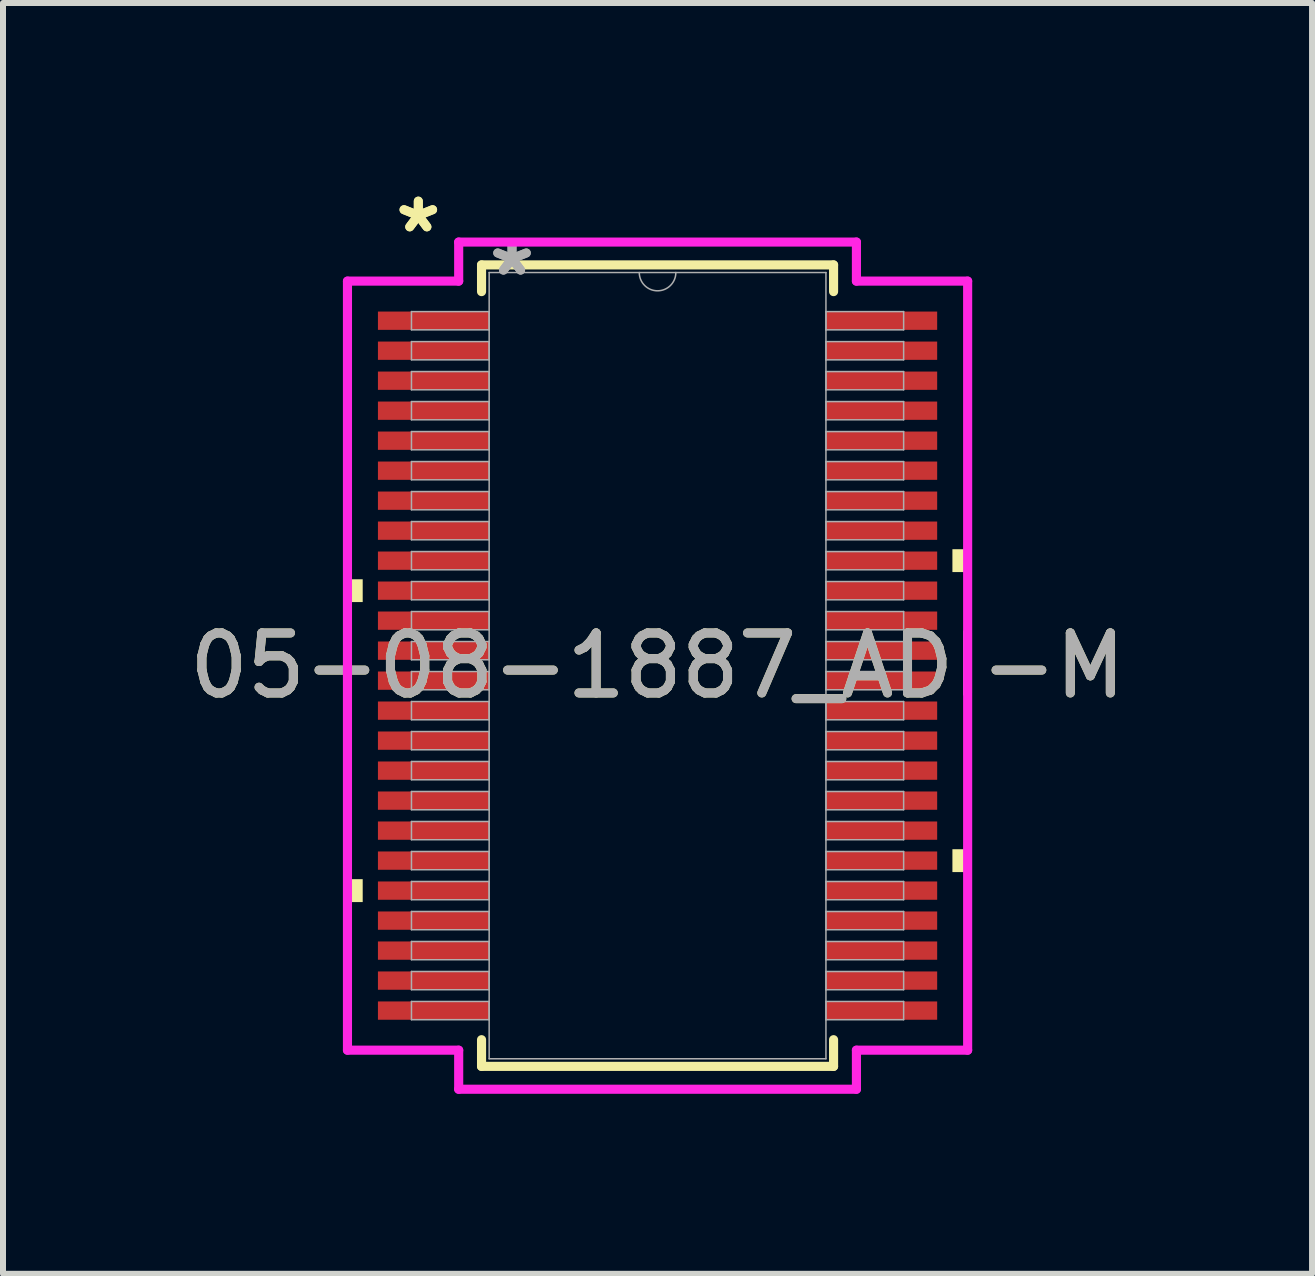
<source format=kicad_pcb>
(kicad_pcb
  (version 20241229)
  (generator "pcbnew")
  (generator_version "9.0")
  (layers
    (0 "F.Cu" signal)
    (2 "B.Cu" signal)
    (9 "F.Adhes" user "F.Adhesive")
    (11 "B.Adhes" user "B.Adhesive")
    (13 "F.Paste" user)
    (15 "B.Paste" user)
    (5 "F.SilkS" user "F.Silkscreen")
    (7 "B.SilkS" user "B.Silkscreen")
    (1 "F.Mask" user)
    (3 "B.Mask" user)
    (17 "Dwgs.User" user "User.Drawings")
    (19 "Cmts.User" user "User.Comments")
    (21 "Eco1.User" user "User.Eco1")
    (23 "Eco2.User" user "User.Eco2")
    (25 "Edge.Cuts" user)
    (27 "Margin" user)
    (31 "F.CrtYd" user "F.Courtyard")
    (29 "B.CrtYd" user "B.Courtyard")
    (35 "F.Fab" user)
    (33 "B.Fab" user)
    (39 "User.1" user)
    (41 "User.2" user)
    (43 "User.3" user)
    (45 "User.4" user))
  (footprint "05-08-1887_ADI-M"
    (layer "F.Cu")
    (at 7.911 8.046)
    (property "Reference" "05-08-1887_ADI-M" (at 0 0 0) (unlocked yes) (layer "F.SilkS") (effects (font (size 1 1) (thickness 0.15))))
    (attr smd)
    (fp_line (start -2.934 -6.68) (end -2.934 -6.235) (stroke (width 0.152) (type solid)) (layer "F.SilkS"))
    (fp_line (start -2.934 6.235) (end -2.934 6.68) (stroke (width 0.152) (type solid)) (layer "F.SilkS"))
    (fp_line (start -2.934 6.68) (end 2.934 6.68) (stroke (width 0.152) (type solid)) (layer "F.SilkS"))
    (fp_line (start 2.934 -6.68) (end -2.934 -6.68) (stroke (width 0.152) (type solid)) (layer "F.SilkS"))
    (fp_line (start 2.934 -6.235) (end 2.934 -6.68) (stroke (width 0.152) (type solid)) (layer "F.SilkS"))
    (fp_line (start 2.934 6.68) (end 2.934 6.235) (stroke (width 0.152) (type solid)) (layer "F.SilkS"))
    (fp_poly (pts (xy -5.169 -1.44) (xy -5.169 -1.06) (xy -4.915 -1.06) (xy -4.915 -1.44)) (stroke (width 0) (type solid)) (fill yes) (layer "F.SilkS"))
    (fp_poly (pts (xy -5.169 3.559) (xy -5.169 3.941) (xy -4.915 3.941) (xy -4.915 3.559)) (stroke (width 0) (type solid)) (fill yes) (layer "F.SilkS"))
    (fp_poly (pts (xy 5.169 -1.941) (xy 5.169 -1.56) (xy 4.915 -1.56) (xy 4.915 -1.941)) (stroke (width 0) (type solid)) (fill yes) (layer "F.SilkS"))
    (fp_poly (pts (xy 5.169 3.06) (xy 5.169 3.441) (xy 4.915 3.441) (xy 4.915 3.06)) (stroke (width 0) (type solid)) (fill yes) (layer "F.SilkS"))
    (fp_line (start -5.169 -6.41) (end -3.315 -6.41) (stroke (width 0.152) (type solid)) (layer "F.CrtYd"))
    (fp_line (start -5.169 6.41) (end -5.169 -6.41) (stroke (width 0.152) (type solid)) (layer "F.CrtYd"))
    (fp_line (start -5.169 6.41) (end -3.315 6.41) (stroke (width 0.152) (type solid)) (layer "F.CrtYd"))
    (fp_line (start -3.315 -7.061) (end 3.315 -7.061) (stroke (width 0.152) (type solid)) (layer "F.CrtYd"))
    (fp_line (start -3.315 -6.41) (end -3.315 -7.061) (stroke (width 0.152) (type solid)) (layer "F.CrtYd"))
    (fp_line (start -3.315 7.061) (end -3.315 6.41) (stroke (width 0.152) (type solid)) (layer "F.CrtYd"))
    (fp_line (start 3.315 -7.061) (end 3.315 -6.41) (stroke (width 0.152) (type solid)) (layer "F.CrtYd"))
    (fp_line (start 3.315 6.41) (end 3.315 7.061) (stroke (width 0.152) (type solid)) (layer "F.CrtYd"))
    (fp_line (start 3.315 7.061) (end -3.315 7.061) (stroke (width 0.152) (type solid)) (layer "F.CrtYd"))
    (fp_line (start 5.169 -6.41) (end 3.315 -6.41) (stroke (width 0.152) (type solid)) (layer "F.CrtYd"))
    (fp_line (start 5.169 -6.41) (end 5.169 6.41) (stroke (width 0.152) (type solid)) (layer "F.CrtYd"))
    (fp_line (start 5.169 6.41) (end 3.315 6.41) (stroke (width 0.152) (type solid)) (layer "F.CrtYd"))
    (fp_line (start -4.102 -5.902) (end -4.102 -5.598) (stroke (width 0.025) (type solid)) (layer "F.Fab"))
    (fp_line (start -4.102 -5.598) (end -2.807 -5.598) (stroke (width 0.025) (type solid)) (layer "F.Fab"))
    (fp_line (start -4.102 -5.402) (end -4.102 -5.098) (stroke (width 0.025) (type solid)) (layer "F.Fab"))
    (fp_line (start -4.102 -5.098) (end -2.807 -5.098) (stroke (width 0.025) (type solid)) (layer "F.Fab"))
    (fp_line (start -4.102 -4.902) (end -4.102 -4.598) (stroke (width 0.025) (type solid)) (layer "F.Fab"))
    (fp_line (start -4.102 -4.598) (end -2.807 -4.598) (stroke (width 0.025) (type solid)) (layer "F.Fab"))
    (fp_line (start -4.102 -4.402) (end -4.102 -4.098) (stroke (width 0.025) (type solid)) (layer "F.Fab"))
    (fp_line (start -4.102 -4.098) (end -2.807 -4.098) (stroke (width 0.025) (type solid)) (layer "F.Fab"))
    (fp_line (start -4.102 -3.902) (end -4.102 -3.598) (stroke (width 0.025) (type solid)) (layer "F.Fab"))
    (fp_line (start -4.102 -3.598) (end -2.807 -3.598) (stroke (width 0.025) (type solid)) (layer "F.Fab"))
    (fp_line (start -4.102 -3.402) (end -4.102 -3.098) (stroke (width 0.025) (type solid)) (layer "F.Fab"))
    (fp_line (start -4.102 -3.098) (end -2.807 -3.098) (stroke (width 0.025) (type solid)) (layer "F.Fab"))
    (fp_line (start -4.102 -2.902) (end -4.102 -2.598) (stroke (width 0.025) (type solid)) (layer "F.Fab"))
    (fp_line (start -4.102 -2.598) (end -2.807 -2.598) (stroke (width 0.025) (type solid)) (layer "F.Fab"))
    (fp_line (start -4.102 -2.402) (end -4.102 -2.098) (stroke (width 0.025) (type solid)) (layer "F.Fab"))
    (fp_line (start -4.102 -2.098) (end -2.807 -2.098) (stroke (width 0.025) (type solid)) (layer "F.Fab"))
    (fp_line (start -4.102 -1.902) (end -4.102 -1.598) (stroke (width 0.025) (type solid)) (layer "F.Fab"))
    (fp_line (start -4.102 -1.598) (end -2.807 -1.598) (stroke (width 0.025) (type solid)) (layer "F.Fab"))
    (fp_line (start -4.102 -1.402) (end -4.102 -1.098) (stroke (width 0.025) (type solid)) (layer "F.Fab"))
    (fp_line (start -4.102 -1.098) (end -2.807 -1.098) (stroke (width 0.025) (type solid)) (layer "F.Fab"))
    (fp_line (start -4.102 -0.902) (end -4.102 -0.598) (stroke (width 0.025) (type solid)) (layer "F.Fab"))
    (fp_line (start -4.102 -0.598) (end -2.807 -0.598) (stroke (width 0.025) (type solid)) (layer "F.Fab"))
    (fp_line (start -4.102 -0.402) (end -4.102 -0.098) (stroke (width 0.025) (type solid)) (layer "F.Fab"))
    (fp_line (start -4.102 -0.098) (end -2.807 -0.098) (stroke (width 0.025) (type solid)) (layer "F.Fab"))
    (fp_line (start -4.102 0.098) (end -4.102 0.402) (stroke (width 0.025) (type solid)) (layer "F.Fab"))
    (fp_line (start -4.102 0.402) (end -2.807 0.402) (stroke (width 0.025) (type solid)) (layer "F.Fab"))
    (fp_line (start -4.102 0.598) (end -4.102 0.902) (stroke (width 0.025) (type solid)) (layer "F.Fab"))
    (fp_line (start -4.102 0.902) (end -2.807 0.902) (stroke (width 0.025) (type solid)) (layer "F.Fab"))
    (fp_line (start -4.102 1.098) (end -4.102 1.402) (stroke (width 0.025) (type solid)) (layer "F.Fab"))
    (fp_line (start -4.102 1.402) (end -2.807 1.402) (stroke (width 0.025) (type solid)) (layer "F.Fab"))
    (fp_line (start -4.102 1.598) (end -4.102 1.902) (stroke (width 0.025) (type solid)) (layer "F.Fab"))
    (fp_line (start -4.102 1.902) (end -2.807 1.902) (stroke (width 0.025) (type solid)) (layer "F.Fab"))
    (fp_line (start -4.102 2.098) (end -4.102 2.402) (stroke (width 0.025) (type solid)) (layer "F.Fab"))
    (fp_line (start -4.102 2.402) (end -2.807 2.402) (stroke (width 0.025) (type solid)) (layer "F.Fab"))
    (fp_line (start -4.102 2.598) (end -4.102 2.902) (stroke (width 0.025) (type solid)) (layer "F.Fab"))
    (fp_line (start -4.102 2.902) (end -2.807 2.902) (stroke (width 0.025) (type solid)) (layer "F.Fab"))
    (fp_line (start -4.102 3.098) (end -4.102 3.402) (stroke (width 0.025) (type solid)) (layer "F.Fab"))
    (fp_line (start -4.102 3.402) (end -2.807 3.402) (stroke (width 0.025) (type solid)) (layer "F.Fab"))
    (fp_line (start -4.102 3.598) (end -4.102 3.902) (stroke (width 0.025) (type solid)) (layer "F.Fab"))
    (fp_line (start -4.102 3.902) (end -2.807 3.902) (stroke (width 0.025) (type solid)) (layer "F.Fab"))
    (fp_line (start -4.102 4.098) (end -4.102 4.402) (stroke (width 0.025) (type solid)) (layer "F.Fab"))
    (fp_line (start -4.102 4.402) (end -2.807 4.402) (stroke (width 0.025) (type solid)) (layer "F.Fab"))
    (fp_line (start -4.102 4.598) (end -4.102 4.902) (stroke (width 0.025) (type solid)) (layer "F.Fab"))
    (fp_line (start -4.102 4.902) (end -2.807 4.902) (stroke (width 0.025) (type solid)) (layer "F.Fab"))
    (fp_line (start -4.102 5.098) (end -4.102 5.402) (stroke (width 0.025) (type solid)) (layer "F.Fab"))
    (fp_line (start -4.102 5.402) (end -2.807 5.402) (stroke (width 0.025) (type solid)) (layer "F.Fab"))
    (fp_line (start -4.102 5.598) (end -4.102 5.902) (stroke (width 0.025) (type solid)) (layer "F.Fab"))
    (fp_line (start -4.102 5.902) (end -2.807 5.902) (stroke (width 0.025) (type solid)) (layer "F.Fab"))
    (fp_line (start -2.807 -6.553) (end -2.807 6.553) (stroke (width 0.025) (type solid)) (layer "F.Fab"))
    (fp_line (start -2.807 -5.902) (end -4.102 -5.902) (stroke (width 0.025) (type solid)) (layer "F.Fab"))
    (fp_line (start -2.807 -5.598) (end -2.807 -5.902) (stroke (width 0.025) (type solid)) (layer "F.Fab"))
    (fp_line (start -2.807 -5.402) (end -4.102 -5.402) (stroke (width 0.025) (type solid)) (layer "F.Fab"))
    (fp_line (start -2.807 -5.098) (end -2.807 -5.402) (stroke (width 0.025) (type solid)) (layer "F.Fab"))
    (fp_line (start -2.807 -4.902) (end -4.102 -4.902) (stroke (width 0.025) (type solid)) (layer "F.Fab"))
    (fp_line (start -2.807 -4.598) (end -2.807 -4.902) (stroke (width 0.025) (type solid)) (layer "F.Fab"))
    (fp_line (start -2.807 -4.402) (end -4.102 -4.402) (stroke (width 0.025) (type solid)) (layer "F.Fab"))
    (fp_line (start -2.807 -4.098) (end -2.807 -4.402) (stroke (width 0.025) (type solid)) (layer "F.Fab"))
    (fp_line (start -2.807 -3.902) (end -4.102 -3.902) (stroke (width 0.025) (type solid)) (layer "F.Fab"))
    (fp_line (start -2.807 -3.598) (end -2.807 -3.902) (stroke (width 0.025) (type solid)) (layer "F.Fab"))
    (fp_line (start -2.807 -3.402) (end -4.102 -3.402) (stroke (width 0.025) (type solid)) (layer "F.Fab"))
    (fp_line (start -2.807 -3.098) (end -2.807 -3.402) (stroke (width 0.025) (type solid)) (layer "F.Fab"))
    (fp_line (start -2.807 -2.902) (end -4.102 -2.902) (stroke (width 0.025) (type solid)) (layer "F.Fab"))
    (fp_line (start -2.807 -2.598) (end -2.807 -2.902) (stroke (width 0.025) (type solid)) (layer "F.Fab"))
    (fp_line (start -2.807 -2.402) (end -4.102 -2.402) (stroke (width 0.025) (type solid)) (layer "F.Fab"))
    (fp_line (start -2.807 -2.098) (end -2.807 -2.402) (stroke (width 0.025) (type solid)) (layer "F.Fab"))
    (fp_line (start -2.807 -1.902) (end -4.102 -1.902) (stroke (width 0.025) (type solid)) (layer "F.Fab"))
    (fp_line (start -2.807 -1.598) (end -2.807 -1.902) (stroke (width 0.025) (type solid)) (layer "F.Fab"))
    (fp_line (start -2.807 -1.402) (end -4.102 -1.402) (stroke (width 0.025) (type solid)) (layer "F.Fab"))
    (fp_line (start -2.807 -1.098) (end -2.807 -1.402) (stroke (width 0.025) (type solid)) (layer "F.Fab"))
    (fp_line (start -2.807 -0.902) (end -4.102 -0.902) (stroke (width 0.025) (type solid)) (layer "F.Fab"))
    (fp_line (start -2.807 -0.598) (end -2.807 -0.902) (stroke (width 0.025) (type solid)) (layer "F.Fab"))
    (fp_line (start -2.807 -0.402) (end -4.102 -0.402) (stroke (width 0.025) (type solid)) (layer "F.Fab"))
    (fp_line (start -2.807 -0.098) (end -2.807 -0.402) (stroke (width 0.025) (type solid)) (layer "F.Fab"))
    (fp_line (start -2.807 0.098) (end -4.102 0.098) (stroke (width 0.025) (type solid)) (layer "F.Fab"))
    (fp_line (start -2.807 0.402) (end -2.807 0.098) (stroke (width 0.025) (type solid)) (layer "F.Fab"))
    (fp_line (start -2.807 0.598) (end -4.102 0.598) (stroke (width 0.025) (type solid)) (layer "F.Fab"))
    (fp_line (start -2.807 0.902) (end -2.807 0.598) (stroke (width 0.025) (type solid)) (layer "F.Fab"))
    (fp_line (start -2.807 1.098) (end -4.102 1.098) (stroke (width 0.025) (type solid)) (layer "F.Fab"))
    (fp_line (start -2.807 1.402) (end -2.807 1.098) (stroke (width 0.025) (type solid)) (layer "F.Fab"))
    (fp_line (start -2.807 1.598) (end -4.102 1.598) (stroke (width 0.025) (type solid)) (layer "F.Fab"))
    (fp_line (start -2.807 1.902) (end -2.807 1.598) (stroke (width 0.025) (type solid)) (layer "F.Fab"))
    (fp_line (start -2.807 2.098) (end -4.102 2.098) (stroke (width 0.025) (type solid)) (layer "F.Fab"))
    (fp_line (start -2.807 2.402) (end -2.807 2.098) (stroke (width 0.025) (type solid)) (layer "F.Fab"))
    (fp_line (start -2.807 2.598) (end -4.102 2.598) (stroke (width 0.025) (type solid)) (layer "F.Fab"))
    (fp_line (start -2.807 2.902) (end -2.807 2.598) (stroke (width 0.025) (type solid)) (layer "F.Fab"))
    (fp_line (start -2.807 3.098) (end -4.102 3.098) (stroke (width 0.025) (type solid)) (layer "F.Fab"))
    (fp_line (start -2.807 3.402) (end -2.807 3.098) (stroke (width 0.025) (type solid)) (layer "F.Fab"))
    (fp_line (start -2.807 3.598) (end -4.102 3.598) (stroke (width 0.025) (type solid)) (layer "F.Fab"))
    (fp_line (start -2.807 3.902) (end -2.807 3.598) (stroke (width 0.025) (type solid)) (layer "F.Fab"))
    (fp_line (start -2.807 4.098) (end -4.102 4.098) (stroke (width 0.025) (type solid)) (layer "F.Fab"))
    (fp_line (start -2.807 4.402) (end -2.807 4.098) (stroke (width 0.025) (type solid)) (layer "F.Fab"))
    (fp_line (start -2.807 4.598) (end -4.102 4.598) (stroke (width 0.025) (type solid)) (layer "F.Fab"))
    (fp_line (start -2.807 4.902) (end -2.807 4.598) (stroke (width 0.025) (type solid)) (layer "F.Fab"))
    (fp_line (start -2.807 5.098) (end -4.102 5.098) (stroke (width 0.025) (type solid)) (layer "F.Fab"))
    (fp_line (start -2.807 5.402) (end -2.807 5.098) (stroke (width 0.025) (type solid)) (layer "F.Fab"))
    (fp_line (start -2.807 5.598) (end -4.102 5.598) (stroke (width 0.025) (type solid)) (layer "F.Fab"))
    (fp_line (start -2.807 5.902) (end -2.807 5.598) (stroke (width 0.025) (type solid)) (layer "F.Fab"))
    (fp_line (start -2.807 6.553) (end 2.807 6.553) (stroke (width 0.025) (type solid)) (layer "F.Fab"))
    (fp_line (start 2.807 -6.553) (end -2.807 -6.553) (stroke (width 0.025) (type solid)) (layer "F.Fab"))
    (fp_line (start 2.807 -5.902) (end 2.807 -5.598) (stroke (width 0.025) (type solid)) (layer "F.Fab"))
    (fp_line (start 2.807 -5.598) (end 4.102 -5.598) (stroke (width 0.025) (type solid)) (layer "F.Fab"))
    (fp_line (start 2.807 -5.402) (end 2.807 -5.098) (stroke (width 0.025) (type solid)) (layer "F.Fab"))
    (fp_line (start 2.807 -5.098) (end 4.102 -5.098) (stroke (width 0.025) (type solid)) (layer "F.Fab"))
    (fp_line (start 2.807 -4.902) (end 2.807 -4.598) (stroke (width 0.025) (type solid)) (layer "F.Fab"))
    (fp_line (start 2.807 -4.598) (end 4.102 -4.598) (stroke (width 0.025) (type solid)) (layer "F.Fab"))
    (fp_line (start 2.807 -4.402) (end 2.807 -4.098) (stroke (width 0.025) (type solid)) (layer "F.Fab"))
    (fp_line (start 2.807 -4.098) (end 4.102 -4.098) (stroke (width 0.025) (type solid)) (layer "F.Fab"))
    (fp_line (start 2.807 -3.902) (end 2.807 -3.598) (stroke (width 0.025) (type solid)) (layer "F.Fab"))
    (fp_line (start 2.807 -3.598) (end 4.102 -3.598) (stroke (width 0.025) (type solid)) (layer "F.Fab"))
    (fp_line (start 2.807 -3.402) (end 2.807 -3.098) (stroke (width 0.025) (type solid)) (layer "F.Fab"))
    (fp_line (start 2.807 -3.098) (end 4.102 -3.098) (stroke (width 0.025) (type solid)) (layer "F.Fab"))
    (fp_line (start 2.807 -2.902) (end 2.807 -2.598) (stroke (width 0.025) (type solid)) (layer "F.Fab"))
    (fp_line (start 2.807 -2.598) (end 4.102 -2.598) (stroke (width 0.025) (type solid)) (layer "F.Fab"))
    (fp_line (start 2.807 -2.402) (end 2.807 -2.098) (stroke (width 0.025) (type solid)) (layer "F.Fab"))
    (fp_line (start 2.807 -2.098) (end 4.102 -2.098) (stroke (width 0.025) (type solid)) (layer "F.Fab"))
    (fp_line (start 2.807 -1.902) (end 2.807 -1.598) (stroke (width 0.025) (type solid)) (layer "F.Fab"))
    (fp_line (start 2.807 -1.598) (end 4.102 -1.598) (stroke (width 0.025) (type solid)) (layer "F.Fab"))
    (fp_line (start 2.807 -1.402) (end 2.807 -1.098) (stroke (width 0.025) (type solid)) (layer "F.Fab"))
    (fp_line (start 2.807 -1.098) (end 4.102 -1.098) (stroke (width 0.025) (type solid)) (layer "F.Fab"))
    (fp_line (start 2.807 -0.902) (end 2.807 -0.598) (stroke (width 0.025) (type solid)) (layer "F.Fab"))
    (fp_line (start 2.807 -0.598) (end 4.102 -0.598) (stroke (width 0.025) (type solid)) (layer "F.Fab"))
    (fp_line (start 2.807 -0.402) (end 2.807 -0.098) (stroke (width 0.025) (type solid)) (layer "F.Fab"))
    (fp_line (start 2.807 -0.098) (end 4.102 -0.098) (stroke (width 0.025) (type solid)) (layer "F.Fab"))
    (fp_line (start 2.807 0.098) (end 2.807 0.402) (stroke (width 0.025) (type solid)) (layer "F.Fab"))
    (fp_line (start 2.807 0.402) (end 4.102 0.402) (stroke (width 0.025) (type solid)) (layer "F.Fab"))
    (fp_line (start 2.807 0.598) (end 2.807 0.902) (stroke (width 0.025) (type solid)) (layer "F.Fab"))
    (fp_line (start 2.807 0.902) (end 4.102 0.902) (stroke (width 0.025) (type solid)) (layer "F.Fab"))
    (fp_line (start 2.807 1.098) (end 2.807 1.402) (stroke (width 0.025) (type solid)) (layer "F.Fab"))
    (fp_line (start 2.807 1.402) (end 4.102 1.402) (stroke (width 0.025) (type solid)) (layer "F.Fab"))
    (fp_line (start 2.807 1.598) (end 2.807 1.902) (stroke (width 0.025) (type solid)) (layer "F.Fab"))
    (fp_line (start 2.807 1.902) (end 4.102 1.902) (stroke (width 0.025) (type solid)) (layer "F.Fab"))
    (fp_line (start 2.807 2.098) (end 2.807 2.402) (stroke (width 0.025) (type solid)) (layer "F.Fab"))
    (fp_line (start 2.807 2.402) (end 4.102 2.402) (stroke (width 0.025) (type solid)) (layer "F.Fab"))
    (fp_line (start 2.807 2.598) (end 2.807 2.902) (stroke (width 0.025) (type solid)) (layer "F.Fab"))
    (fp_line (start 2.807 2.902) (end 4.102 2.902) (stroke (width 0.025) (type solid)) (layer "F.Fab"))
    (fp_line (start 2.807 3.098) (end 2.807 3.402) (stroke (width 0.025) (type solid)) (layer "F.Fab"))
    (fp_line (start 2.807 3.402) (end 4.102 3.402) (stroke (width 0.025) (type solid)) (layer "F.Fab"))
    (fp_line (start 2.807 3.598) (end 2.807 3.902) (stroke (width 0.025) (type solid)) (layer "F.Fab"))
    (fp_line (start 2.807 3.902) (end 4.102 3.902) (stroke (width 0.025) (type solid)) (layer "F.Fab"))
    (fp_line (start 2.807 4.098) (end 2.807 4.402) (stroke (width 0.025) (type solid)) (layer "F.Fab"))
    (fp_line (start 2.807 4.402) (end 4.102 4.402) (stroke (width 0.025) (type solid)) (layer "F.Fab"))
    (fp_line (start 2.807 4.598) (end 2.807 4.902) (stroke (width 0.025) (type solid)) (layer "F.Fab"))
    (fp_line (start 2.807 4.902) (end 4.102 4.902) (stroke (width 0.025) (type solid)) (layer "F.Fab"))
    (fp_line (start 2.807 5.098) (end 2.807 5.402) (stroke (width 0.025) (type solid)) (layer "F.Fab"))
    (fp_line (start 2.807 5.402) (end 4.102 5.402) (stroke (width 0.025) (type solid)) (layer "F.Fab"))
    (fp_line (start 2.807 5.598) (end 2.807 5.902) (stroke (width 0.025) (type solid)) (layer "F.Fab"))
    (fp_line (start 2.807 5.902) (end 4.102 5.902) (stroke (width 0.025) (type solid)) (layer "F.Fab"))
    (fp_line (start 2.807 6.553) (end 2.807 -6.553) (stroke (width 0.025) (type solid)) (layer "F.Fab"))
    (fp_line (start 4.102 -5.902) (end 2.807 -5.902) (stroke (width 0.025) (type solid)) (layer "F.Fab"))
    (fp_line (start 4.102 -5.598) (end 4.102 -5.902) (stroke (width 0.025) (type solid)) (layer "F.Fab"))
    (fp_line (start 4.102 -5.402) (end 2.807 -5.402) (stroke (width 0.025) (type solid)) (layer "F.Fab"))
    (fp_line (start 4.102 -5.098) (end 4.102 -5.402) (stroke (width 0.025) (type solid)) (layer "F.Fab"))
    (fp_line (start 4.102 -4.902) (end 2.807 -4.902) (stroke (width 0.025) (type solid)) (layer "F.Fab"))
    (fp_line (start 4.102 -4.598) (end 4.102 -4.902) (stroke (width 0.025) (type solid)) (layer "F.Fab"))
    (fp_line (start 4.102 -4.402) (end 2.807 -4.402) (stroke (width 0.025) (type solid)) (layer "F.Fab"))
    (fp_line (start 4.102 -4.098) (end 4.102 -4.402) (stroke (width 0.025) (type solid)) (layer "F.Fab"))
    (fp_line (start 4.102 -3.902) (end 2.807 -3.902) (stroke (width 0.025) (type solid)) (layer "F.Fab"))
    (fp_line (start 4.102 -3.598) (end 4.102 -3.902) (stroke (width 0.025) (type solid)) (layer "F.Fab"))
    (fp_line (start 4.102 -3.402) (end 2.807 -3.402) (stroke (width 0.025) (type solid)) (layer "F.Fab"))
    (fp_line (start 4.102 -3.098) (end 4.102 -3.402) (stroke (width 0.025) (type solid)) (layer "F.Fab"))
    (fp_line (start 4.102 -2.902) (end 2.807 -2.902) (stroke (width 0.025) (type solid)) (layer "F.Fab"))
    (fp_line (start 4.102 -2.598) (end 4.102 -2.902) (stroke (width 0.025) (type solid)) (layer "F.Fab"))
    (fp_line (start 4.102 -2.402) (end 2.807 -2.402) (stroke (width 0.025) (type solid)) (layer "F.Fab"))
    (fp_line (start 4.102 -2.098) (end 4.102 -2.402) (stroke (width 0.025) (type solid)) (layer "F.Fab"))
    (fp_line (start 4.102 -1.902) (end 2.807 -1.902) (stroke (width 0.025) (type solid)) (layer "F.Fab"))
    (fp_line (start 4.102 -1.598) (end 4.102 -1.902) (stroke (width 0.025) (type solid)) (layer "F.Fab"))
    (fp_line (start 4.102 -1.402) (end 2.807 -1.402) (stroke (width 0.025) (type solid)) (layer "F.Fab"))
    (fp_line (start 4.102 -1.098) (end 4.102 -1.402) (stroke (width 0.025) (type solid)) (layer "F.Fab"))
    (fp_line (start 4.102 -0.902) (end 2.807 -0.902) (stroke (width 0.025) (type solid)) (layer "F.Fab"))
    (fp_line (start 4.102 -0.598) (end 4.102 -0.902) (stroke (width 0.025) (type solid)) (layer "F.Fab"))
    (fp_line (start 4.102 -0.402) (end 2.807 -0.402) (stroke (width 0.025) (type solid)) (layer "F.Fab"))
    (fp_line (start 4.102 -0.098) (end 4.102 -0.402) (stroke (width 0.025) (type solid)) (layer "F.Fab"))
    (fp_line (start 4.102 0.098) (end 2.807 0.098) (stroke (width 0.025) (type solid)) (layer "F.Fab"))
    (fp_line (start 4.102 0.402) (end 4.102 0.098) (stroke (width 0.025) (type solid)) (layer "F.Fab"))
    (fp_line (start 4.102 0.598) (end 2.807 0.598) (stroke (width 0.025) (type solid)) (layer "F.Fab"))
    (fp_line (start 4.102 0.902) (end 4.102 0.598) (stroke (width 0.025) (type solid)) (layer "F.Fab"))
    (fp_line (start 4.102 1.098) (end 2.807 1.098) (stroke (width 0.025) (type solid)) (layer "F.Fab"))
    (fp_line (start 4.102 1.402) (end 4.102 1.098) (stroke (width 0.025) (type solid)) (layer "F.Fab"))
    (fp_line (start 4.102 1.598) (end 2.807 1.598) (stroke (width 0.025) (type solid)) (layer "F.Fab"))
    (fp_line (start 4.102 1.902) (end 4.102 1.598) (stroke (width 0.025) (type solid)) (layer "F.Fab"))
    (fp_line (start 4.102 2.098) (end 2.807 2.098) (stroke (width 0.025) (type solid)) (layer "F.Fab"))
    (fp_line (start 4.102 2.402) (end 4.102 2.098) (stroke (width 0.025) (type solid)) (layer "F.Fab"))
    (fp_line (start 4.102 2.598) (end 2.807 2.598) (stroke (width 0.025) (type solid)) (layer "F.Fab"))
    (fp_line (start 4.102 2.902) (end 4.102 2.598) (stroke (width 0.025) (type solid)) (layer "F.Fab"))
    (fp_line (start 4.102 3.098) (end 2.807 3.098) (stroke (width 0.025) (type solid)) (layer "F.Fab"))
    (fp_line (start 4.102 3.402) (end 4.102 3.098) (stroke (width 0.025) (type solid)) (layer "F.Fab"))
    (fp_line (start 4.102 3.598) (end 2.807 3.598) (stroke (width 0.025) (type solid)) (layer "F.Fab"))
    (fp_line (start 4.102 3.902) (end 4.102 3.598) (stroke (width 0.025) (type solid)) (layer "F.Fab"))
    (fp_line (start 4.102 4.098) (end 2.807 4.098) (stroke (width 0.025) (type solid)) (layer "F.Fab"))
    (fp_line (start 4.102 4.402) (end 4.102 4.098) (stroke (width 0.025) (type solid)) (layer "F.Fab"))
    (fp_line (start 4.102 4.598) (end 2.807 4.598) (stroke (width 0.025) (type solid)) (layer "F.Fab"))
    (fp_line (start 4.102 4.902) (end 4.102 4.598) (stroke (width 0.025) (type solid)) (layer "F.Fab"))
    (fp_line (start 4.102 5.098) (end 2.807 5.098) (stroke (width 0.025) (type solid)) (layer "F.Fab"))
    (fp_line (start 4.102 5.402) (end 4.102 5.098) (stroke (width 0.025) (type solid)) (layer "F.Fab"))
    (fp_line (start 4.102 5.598) (end 2.807 5.598) (stroke (width 0.025) (type solid)) (layer "F.Fab"))
    (fp_line (start 4.102 5.902) (end 4.102 5.598) (stroke (width 0.025) (type solid)) (layer "F.Fab"))
    (fp_arc (start 0.3048 -6.5532) (mid 0 -6.2484) (end -0.3048 -6.5532) (stroke (width 0.0254) (type solid)) (layer "F.Fab"))
    (fp_text user "*" (at -3.988 -7.198 0) (unlocked yes) (layer "F.SilkS") (effects (font (size 1 1) (thickness 0.15))))
    (fp_text user "*" (at -3.988 -7.198 0) (layer "F.SilkS") (effects (font (size 1 1) (thickness 0.15))))
    (fp_text user "*" (at -2.426 -6.477 0) (layer "F.Fab") (effects (font (size 1 1) (thickness 0.15))))
    (fp_text user "${REFERENCE}" (at 0 0 0) (unlocked yes) (layer "F.Fab") (effects (font (size 1 1) (thickness 0.15))))
    (fp_text user "*" (at -2.426 -6.477 0) (unlocked yes) (layer "F.Fab") (effects (font (size 1 1) (thickness 0.15))))
    (pad "1" smd rect (at -3.734 -5.75) (size 1.854 0.305) (layers "F.Cu" "F.Mask" "F.Paste"))
    (pad "2" smd rect (at -3.734 -5.25) (size 1.854 0.305) (layers "F.Cu" "F.Mask" "F.Paste"))
    (pad "3" smd rect (at -3.734 -4.75) (size 1.854 0.305) (layers "F.Cu" "F.Mask" "F.Paste"))
    (pad "4" smd rect (at -3.734 -4.25) (size 1.854 0.305) (layers "F.Cu" "F.Mask" "F.Paste"))
    (pad "5" smd rect (at -3.734 -3.75) (size 1.854 0.305) (layers "F.Cu" "F.Mask" "F.Paste"))
    (pad "6" smd rect (at -3.734 -3.25) (size 1.854 0.305) (layers "F.Cu" "F.Mask" "F.Paste"))
    (pad "7" smd rect (at -3.734 -2.75) (size 1.854 0.305) (layers "F.Cu" "F.Mask" "F.Paste"))
    (pad "8" smd rect (at -3.734 -2.25) (size 1.854 0.305) (layers "F.Cu" "F.Mask" "F.Paste"))
    (pad "9" smd rect (at -3.734 -1.75) (size 1.854 0.305) (layers "F.Cu" "F.Mask" "F.Paste"))
    (pad "10" smd rect (at -3.734 -1.25) (size 1.854 0.305) (layers "F.Cu" "F.Mask" "F.Paste"))
    (pad "11" smd rect (at -3.734 -0.75) (size 1.854 0.305) (layers "F.Cu" "F.Mask" "F.Paste"))
    (pad "12" smd rect (at -3.734 -0.25) (size 1.854 0.305) (layers "F.Cu" "F.Mask" "F.Paste"))
    (pad "13" smd rect (at -3.734 0.25) (size 1.854 0.305) (layers "F.Cu" "F.Mask" "F.Paste"))
    (pad "14" smd rect (at -3.734 0.75) (size 1.854 0.305) (layers "F.Cu" "F.Mask" "F.Paste"))
    (pad "15" smd rect (at -3.734 1.25) (size 1.854 0.305) (layers "F.Cu" "F.Mask" "F.Paste"))
    (pad "16" smd rect (at -3.734 1.75) (size 1.854 0.305) (layers "F.Cu" "F.Mask" "F.Paste"))
    (pad "17" smd rect (at -3.734 2.25) (size 1.854 0.305) (layers "F.Cu" "F.Mask" "F.Paste"))
    (pad "18" smd rect (at -3.734 2.75) (size 1.854 0.305) (layers "F.Cu" "F.Mask" "F.Paste"))
    (pad "19" smd rect (at -3.734 3.25) (size 1.854 0.305) (layers "F.Cu" "F.Mask" "F.Paste"))
    (pad "20" smd rect (at -3.734 3.75) (size 1.854 0.305) (layers "F.Cu" "F.Mask" "F.Paste"))
    (pad "21" smd rect (at -3.734 4.25) (size 1.854 0.305) (layers "F.Cu" "F.Mask" "F.Paste"))
    (pad "22" smd rect (at -3.734 4.75) (size 1.854 0.305) (layers "F.Cu" "F.Mask" "F.Paste"))
    (pad "23" smd rect (at -3.734 5.25) (size 1.854 0.305) (layers "F.Cu" "F.Mask" "F.Paste"))
    (pad "24" smd rect (at -3.734 5.75) (size 1.854 0.305) (layers "F.Cu" "F.Mask" "F.Paste"))
    (pad "25" smd rect (at 3.734 5.75) (size 1.854 0.305) (layers "F.Cu" "F.Mask" "F.Paste"))
    (pad "26" smd rect (at 3.734 5.25) (size 1.854 0.305) (layers "F.Cu" "F.Mask" "F.Paste"))
    (pad "27" smd rect (at 3.734 4.75) (size 1.854 0.305) (layers "F.Cu" "F.Mask" "F.Paste"))
    (pad "28" smd rect (at 3.734 4.25) (size 1.854 0.305) (layers "F.Cu" "F.Mask" "F.Paste"))
    (pad "29" smd rect (at 3.734 3.75) (size 1.854 0.305) (layers "F.Cu" "F.Mask" "F.Paste"))
    (pad "30" smd rect (at 3.734 3.25) (size 1.854 0.305) (layers "F.Cu" "F.Mask" "F.Paste"))
    (pad "31" smd rect (at 3.734 2.75) (size 1.854 0.305) (layers "F.Cu" "F.Mask" "F.Paste"))
    (pad "32" smd rect (at 3.734 2.25) (size 1.854 0.305) (layers "F.Cu" "F.Mask" "F.Paste"))
    (pad "33" smd rect (at 3.734 1.75) (size 1.854 0.305) (layers "F.Cu" "F.Mask" "F.Paste"))
    (pad "34" smd rect (at 3.734 1.25) (size 1.854 0.305) (layers "F.Cu" "F.Mask" "F.Paste"))
    (pad "35" smd rect (at 3.734 0.75) (size 1.854 0.305) (layers "F.Cu" "F.Mask" "F.Paste"))
    (pad "36" smd rect (at 3.734 0.25) (size 1.854 0.305) (layers "F.Cu" "F.Mask" "F.Paste"))
    (pad "37" smd rect (at 3.734 -0.25) (size 1.854 0.305) (layers "F.Cu" "F.Mask" "F.Paste"))
    (pad "38" smd rect (at 3.734 -0.75) (size 1.854 0.305) (layers "F.Cu" "F.Mask" "F.Paste"))
    (pad "39" smd rect (at 3.734 -1.25) (size 1.854 0.305) (layers "F.Cu" "F.Mask" "F.Paste"))
    (pad "40" smd rect (at 3.734 -1.75) (size 1.854 0.305) (layers "F.Cu" "F.Mask" "F.Paste"))
    (pad "41" smd rect (at 3.734 -2.25) (size 1.854 0.305) (layers "F.Cu" "F.Mask" "F.Paste"))
    (pad "42" smd rect (at 3.734 -2.75) (size 1.854 0.305) (layers "F.Cu" "F.Mask" "F.Paste"))
    (pad "43" smd rect (at 3.734 -3.25) (size 1.854 0.305) (layers "F.Cu" "F.Mask" "F.Paste"))
    (pad "44" smd rect (at 3.734 -3.75) (size 1.854 0.305) (layers "F.Cu" "F.Mask" "F.Paste"))
    (pad "45" smd rect (at 3.734 -4.25) (size 1.854 0.305) (layers "F.Cu" "F.Mask" "F.Paste"))
    (pad "46" smd rect (at 3.734 -4.75) (size 1.854 0.305) (layers "F.Cu" "F.Mask" "F.Paste"))
    (pad "47" smd rect (at 3.734 -5.25) (size 1.854 0.305) (layers "F.Cu" "F.Mask" "F.Paste"))
    (pad "48" smd rect (at 3.734 -5.75) (size 1.854 0.305) (layers "F.Cu" "F.Mask" "F.Paste")))
  (gr_rect
    (start -3 -3)
    (end 18.821 18.183)
    (stroke (width 0.1) (type default))
    (fill no)
    (layer "Edge.Cuts")))
</source>
